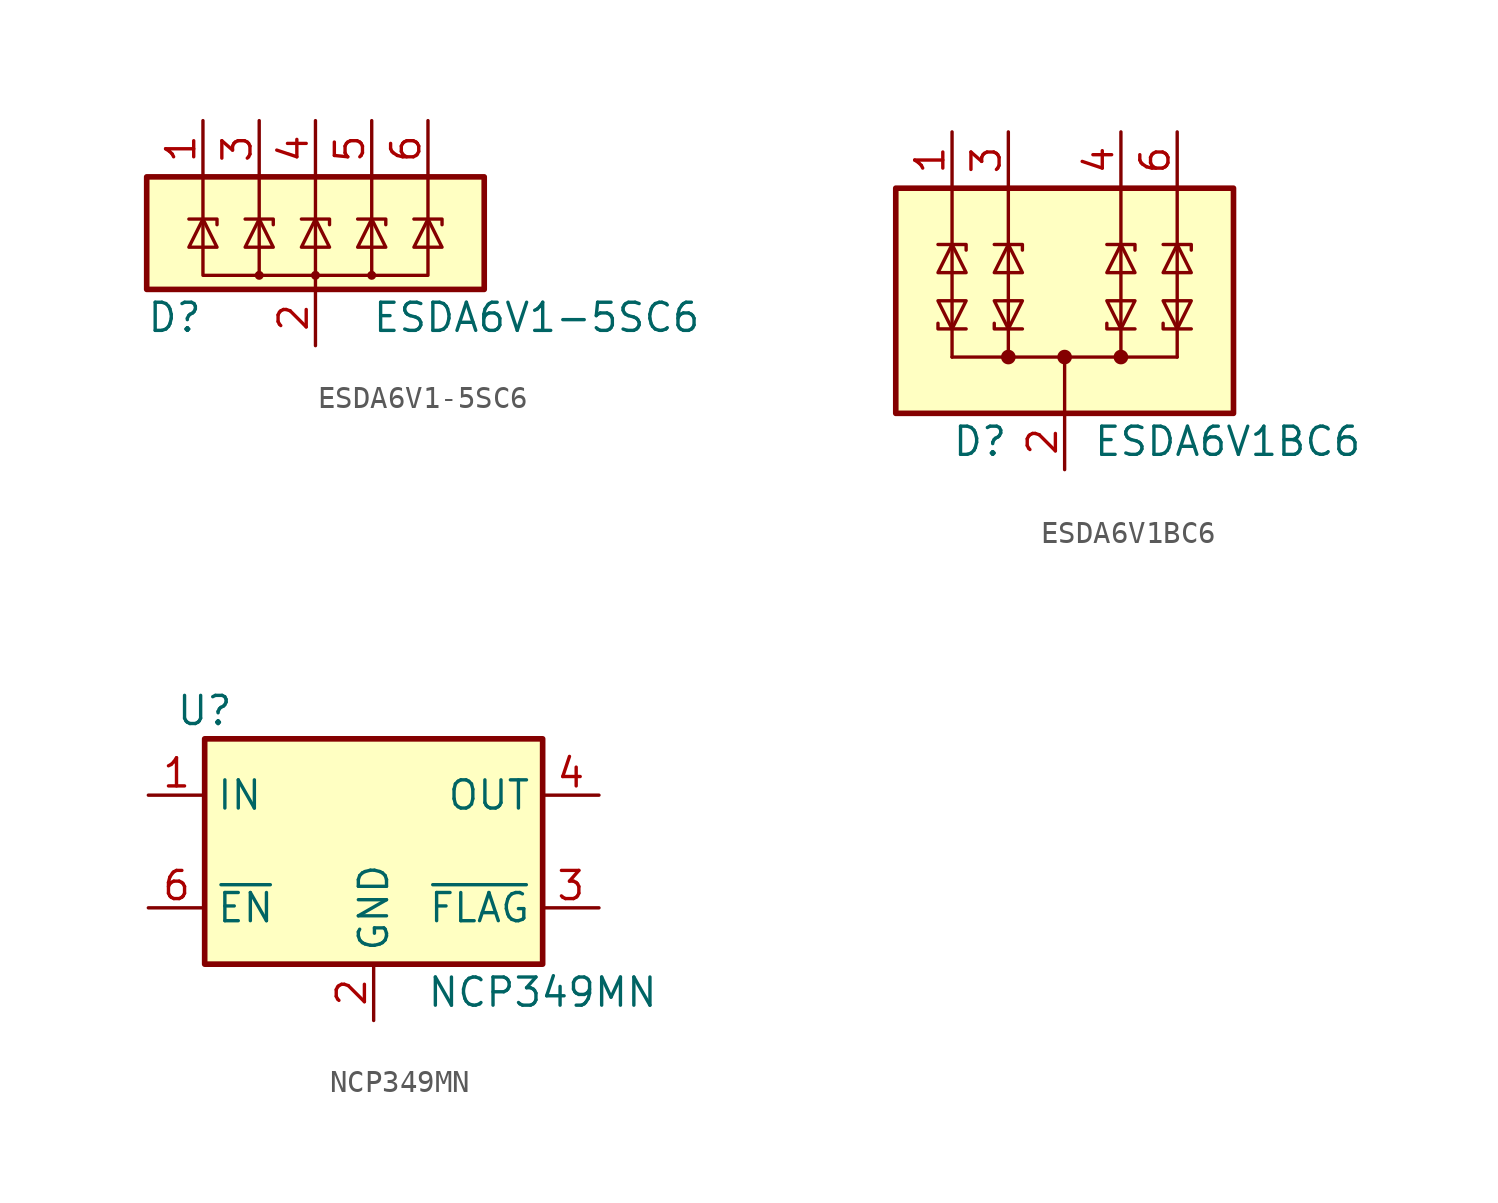
<source format=kicad_sym>
(kicad_symbol_lib
  (version 20211014)
  (generator kicad_symbol_editor)
  (symbol "ESDA6V1-5SC6"
    (pin_names hide)
    (property "Reference" "D"
      (at -5.08 -3.81 0)
      (effects (font (size 1.27 1.27)) (justify right)))
    (property "Value" "ESDA6V1-5SC6"
      (at 2.54 -3.81 0)
      (effects (font (size 1.27 1.27)) (justify left)))
    (symbol "ESDA6V1-5SC6_0_0"
      (pin passive line (at 0 -5.08 90) (length 2.54) (name "GND" (effects (font (size 1.27 1.27)))) (number "2" (effects (font (size 1.27 1.27))))))
    (symbol "ESDA6V1-5SC6_0_1"
      (rectangle (start -7.62 2.54) (end 7.62 -2.54) (stroke (width 0.254) (type default) (color 0 0 0 0)) (fill (type background)))
      (circle (center -2.54 -1.905) (radius 0.127) (stroke (width 0) (type default) (color 0 0 0 0)) (fill (type none)))
      (circle (center 0 -1.905) (radius 0.127) (stroke (width 0) (type default) (color 0 0 0 0)) (fill (type none)))
      (polyline (pts (xy -2.54 2.54) (xy -2.54 -1.905)) (stroke (width 0) (type default) (color 0 0 0 0)) (fill (type none)))
      (polyline (pts (xy 0 2.54) (xy 0 -2.54)) (stroke (width 0) (type default) (color 0 0 0 0)) (fill (type none)))
      (polyline (pts (xy 2.54 2.54) (xy 2.54 -1.905)) (stroke (width 0) (type default) (color 0 0 0 0)) (fill (type none)))
      (polyline (pts (xy -5.715 0.635) (xy -4.445 0.635) (xy -4.445 0.381)) (stroke (width 0) (type default) (color 0 0 0 0)) (fill (type none)))
      (polyline (pts (xy -3.175 0.635) (xy -1.905 0.635) (xy -1.905 0.381)) (stroke (width 0) (type default) (color 0 0 0 0)) (fill (type none)))
      (polyline (pts (xy -0.635 0.635) (xy 0.635 0.635) (xy 0.635 0.381)) (stroke (width 0) (type default) (color 0 0 0 0)) (fill (type none)))
      (polyline (pts (xy 1.905 0.635) (xy 3.175 0.635) (xy 3.175 0.381)) (stroke (width 0) (type default) (color 0 0 0 0)) (fill (type none)))
      (polyline (pts (xy 4.445 0.635) (xy 5.715 0.635) (xy 5.715 0.381)) (stroke (width 0) (type default) (color 0 0 0 0)) (fill (type none)))
      (polyline (pts (xy -5.715 -0.635) (xy -4.445 -0.635) (xy -5.08 0.635) (xy -5.715 -0.635)) (stroke (width 0) (type default) (color 0 0 0 0)) (fill (type none)))
      (polyline (pts (xy -5.08 2.54) (xy -5.08 -1.905) (xy 5.08 -1.905) (xy 5.08 2.54)) (stroke (width 0) (type default) (color 0 0 0 0)) (fill (type none)))
      (polyline (pts (xy -3.175 -0.635) (xy -1.905 -0.635) (xy -2.54 0.635) (xy -3.175 -0.635)) (stroke (width 0) (type default) (color 0 0 0 0)) (fill (type none)))
      (polyline (pts (xy -0.635 -0.635) (xy 0.635 -0.635) (xy 0 0.635) (xy -0.635 -0.635)) (stroke (width 0) (type default) (color 0 0 0 0)) (fill (type none)))
      (polyline (pts (xy 1.905 -0.635) (xy 3.175 -0.635) (xy 2.54 0.635) (xy 1.905 -0.635)) (stroke (width 0) (type default) (color 0 0 0 0)) (fill (type none)))
      (polyline (pts (xy 4.445 -0.635) (xy 5.715 -0.635) (xy 5.08 0.635) (xy 4.445 -0.635)) (stroke (width 0) (type default) (color 0 0 0 0)) (fill (type none)))
      (circle (center 2.54 -1.905) (radius 0.127) (stroke (width 0) (type default) (color 0 0 0 0)) (fill (type none))))
    (symbol "ESDA6V1-5SC6_1_1"
      (pin passive line (at -5.08 5.08 270) (length 2.54) (name "IO1" (effects (font (size 1.27 1.27)))) (number "1" (effects (font (size 1.27 1.27)))))
      (pin passive line (at -2.54 5.08 270) (length 2.54) (name "IO2" (effects (font (size 1.27 1.27)))) (number "3" (effects (font (size 1.27 1.27)))))
      (pin passive line (at 0 5.08 270) (length 2.54) (name "IO3" (effects (font (size 1.27 1.27)))) (number "4" (effects (font (size 1.27 1.27)))))
      (pin passive line (at 2.54 5.08 270) (length 2.54) (name "IO4" (effects (font (size 1.27 1.27)))) (number "5" (effects (font (size 1.27 1.27)))))
      (pin passive line (at 5.08 5.08 270) (length 2.54) (name "IO5" (effects (font (size 1.27 1.27)))) (number "6" (effects (font (size 1.27 1.27)))))))
  (symbol "ESDA6V1BC6"
    (pin_names hide)
    (property "Reference" "D"
      (at -2.54 -6.35 0)
      (effects (font (size 1.27 1.27)) (justify right)))
    (property "Value" "ESDA6V1BC6"
      (at 1.27 -6.35 0)
      (effects (font (size 1.27 1.27)) (justify left)))
    (symbol "ESDA6V1BC6_0_0"
      (pin passive line (at 0 -7.62 90) (length 2.54) (name "COM" (effects (font (size 1.27 1.27)))) (number "2" (effects (font (size 1.27 1.27))))))
    (symbol "ESDA6V1BC6_0_1"
      (rectangle (start -7.62 5.08) (end 7.62 -5.08) (stroke (width 0.254) (type default) (color 0 0 0 0)) (fill (type background)))
      (circle (center -2.54 -2.54) (radius 0.254) (stroke (width 0) (type default) (color 0 0 0 0)) (fill (type outline)))
      (circle (center 0 -2.54) (radius 0.254) (stroke (width 0) (type default) (color 0 0 0 0)) (fill (type outline)))
      (polyline (pts (xy -5.08 -2.54) (xy -5.08 -1.27)) (stroke (width 0) (type default) (color 0 0 0 0)) (fill (type none)))
      (polyline (pts (xy -5.08 -2.54) (xy 5.08 -2.54)) (stroke (width 0) (type default) (color 0 0 0 0)) (fill (type none)))
      (polyline (pts (xy -5.08 2.54) (xy -5.08 -1.27)) (stroke (width 0) (type default) (color 0 0 0 0)) (fill (type none)))
      (polyline (pts (xy -5.08 5.08) (xy -5.08 2.54)) (stroke (width 0) (type default) (color 0 0 0 0)) (fill (type none)))
      (polyline (pts (xy -2.54 -2.54) (xy -2.54 -1.27)) (stroke (width 0) (type default) (color 0 0 0 0)) (fill (type none)))
      (polyline (pts (xy -2.54 2.54) (xy -2.54 -1.27)) (stroke (width 0) (type default) (color 0 0 0 0)) (fill (type none)))
      (polyline (pts (xy -2.54 5.08) (xy -2.54 2.54)) (stroke (width 0) (type default) (color 0 0 0 0)) (fill (type none)))
      (polyline (pts (xy 0 -2.54) (xy 0 -5.08)) (stroke (width 0) (type default) (color 0 0 0 0)) (fill (type none)))
      (polyline (pts (xy 2.54 -2.54) (xy 2.54 -1.27)) (stroke (width 0) (type default) (color 0 0 0 0)) (fill (type none)))
      (polyline (pts (xy 2.54 2.54) (xy 2.54 -1.27)) (stroke (width 0) (type default) (color 0 0 0 0)) (fill (type none)))
      (polyline (pts (xy 2.54 5.08) (xy 2.54 2.54)) (stroke (width 0) (type default) (color 0 0 0 0)) (fill (type none)))
      (polyline (pts (xy 5.08 -2.54) (xy 5.08 -1.27)) (stroke (width 0) (type default) (color 0 0 0 0)) (fill (type none)))
      (polyline (pts (xy 5.08 2.54) (xy 5.08 -1.27)) (stroke (width 0) (type default) (color 0 0 0 0)) (fill (type none)))
      (polyline (pts (xy 5.08 5.08) (xy 5.08 2.54)) (stroke (width 0) (type default) (color 0 0 0 0)) (fill (type none)))
      (polyline (pts (xy -5.715 -1.016) (xy -5.715 -1.27) (xy -4.445 -1.27)) (stroke (width 0) (type default) (color 0 0 0 0)) (fill (type none)))
      (polyline (pts (xy -5.715 2.54) (xy -4.445 2.54) (xy -4.445 2.286)) (stroke (width 0) (type default) (color 0 0 0 0)) (fill (type none)))
      (polyline (pts (xy -3.175 -1.016) (xy -3.175 -1.27) (xy -1.905 -1.27)) (stroke (width 0) (type default) (color 0 0 0 0)) (fill (type none)))
      (polyline (pts (xy -3.175 2.54) (xy -1.905 2.54) (xy -1.905 2.286)) (stroke (width 0) (type default) (color 0 0 0 0)) (fill (type none)))
      (polyline (pts (xy 1.905 -1.016) (xy 1.905 -1.27) (xy 3.175 -1.27)) (stroke (width 0) (type default) (color 0 0 0 0)) (fill (type none)))
      (polyline (pts (xy 1.905 2.54) (xy 3.175 2.54) (xy 3.175 2.286)) (stroke (width 0) (type default) (color 0 0 0 0)) (fill (type none)))
      (polyline (pts (xy 4.445 -1.016) (xy 4.445 -1.27) (xy 5.715 -1.27)) (stroke (width 0) (type default) (color 0 0 0 0)) (fill (type none)))
      (polyline (pts (xy 4.445 2.54) (xy 5.715 2.54) (xy 5.715 2.286)) (stroke (width 0) (type default) (color 0 0 0 0)) (fill (type none)))
      (polyline (pts (xy -5.08 -1.27) (xy -5.715 0) (xy -4.445 0) (xy -5.08 -1.27)) (stroke (width 0) (type default) (color 0 0 0 0)) (fill (type none)))
      (polyline (pts (xy -5.08 2.54) (xy -4.445 1.27) (xy -5.715 1.27) (xy -5.08 2.54)) (stroke (width 0) (type default) (color 0 0 0 0)) (fill (type none)))
      (polyline (pts (xy -2.54 -1.27) (xy -3.175 0) (xy -1.905 0) (xy -2.54 -1.27)) (stroke (width 0) (type default) (color 0 0 0 0)) (fill (type none)))
      (polyline (pts (xy -2.54 2.54) (xy -1.905 1.27) (xy -3.175 1.27) (xy -2.54 2.54)) (stroke (width 0) (type default) (color 0 0 0 0)) (fill (type none)))
      (polyline (pts (xy 2.54 -1.27) (xy 1.905 0) (xy 3.175 0) (xy 2.54 -1.27)) (stroke (width 0) (type default) (color 0 0 0 0)) (fill (type none)))
      (polyline (pts (xy 2.54 2.54) (xy 3.175 1.27) (xy 1.905 1.27) (xy 2.54 2.54)) (stroke (width 0) (type default) (color 0 0 0 0)) (fill (type none)))
      (polyline (pts (xy 5.08 -1.27) (xy 4.445 0) (xy 5.715 0) (xy 5.08 -1.27)) (stroke (width 0) (type default) (color 0 0 0 0)) (fill (type none)))
      (polyline (pts (xy 5.08 2.54) (xy 5.715 1.27) (xy 4.445 1.27) (xy 5.08 2.54)) (stroke (width 0) (type default) (color 0 0 0 0)) (fill (type none)))
      (circle (center 2.54 -2.54) (radius 0.254) (stroke (width 0) (type default) (color 0 0 0 0)) (fill (type outline))))
    (symbol "ESDA6V1BC6_1_1"
      (pin passive line (at -5.08 7.62 270) (length 2.54) (name "TVS1" (effects (font (size 1.27 1.27)))) (number "1" (effects (font (size 1.27 1.27)))))
      (pin passive line (at -2.54 7.62 270) (length 2.54) (name "TVS2" (effects (font (size 1.27 1.27)))) (number "3" (effects (font (size 1.27 1.27)))))
      (pin passive line (at 2.54 7.62 270) (length 2.54) (name "TVS3" (effects (font (size 1.27 1.27)))) (number "4" (effects (font (size 1.27 1.27)))))
      (pin passive line (at 0 -7.62 90) (length 2.54) hide (name "COM" (effects (font (size 1.27 1.27)))) (number "5" (effects (font (size 1.27 1.27)))))
      (pin passive line (at 5.08 7.62 270) (length 2.54) (name "TVS4" (effects (font (size 1.27 1.27)))) (number "6" (effects (font (size 1.27 1.27)))))))
  (symbol "NCP349MN"
    (property "Reference" "U"
      (at -7.62 6.35 0)
      (effects (font (size 1.27 1.27))))
    (property "Value" "NCP349MN"
      (at 7.62 -6.35 0)
      (effects (font (size 1.27 1.27))))
    (symbol "NCP349MN_0_1"
      (rectangle (start -7.62 5.08) (end 7.62 -5.08) (stroke (width 0.254) (type default) (color 0 0 0 0)) (fill (type background))))
    (symbol "NCP349MN_1_1"
      (pin power_in line (at -10.16 2.54 0) (length 2.54) (name "IN" (effects (font (size 1.27 1.27)))) (number "1" (effects (font (size 1.27 1.27)))))
      (pin power_in line (at 0 -7.62 90) (length 2.54) (name "GND" (effects (font (size 1.27 1.27)))) (number "2" (effects (font (size 1.27 1.27)))))
      (pin open_collector line (at 10.16 -2.54 180) (length 2.54) (name "~{FLAG}" (effects (font (size 1.27 1.27)))) (number "3" (effects (font (size 1.27 1.27)))))
      (pin power_out line (at 10.16 2.54 180) (length 2.54) (name "OUT" (effects (font (size 1.27 1.27)))) (number "4" (effects (font (size 1.27 1.27)))))
      (pin passive line (at 10.16 2.54 180) (length 2.54) hide (name "OUT" (effects (font (size 1.27 1.27)))) (number "5" (effects (font (size 1.27 1.27)))))
      (pin input line (at -10.16 -2.54 0) (length 2.54) (name "~{EN}" (effects (font (size 1.27 1.27)))) (number "6" (effects (font (size 1.27 1.27)))))
      (pin passive line (at -10.16 2.54 0) (length 2.54) hide (name "IN" (effects (font (size 1.27 1.27)))) (number "7" (effects (font (size 1.27 1.27))))))))
</source>
